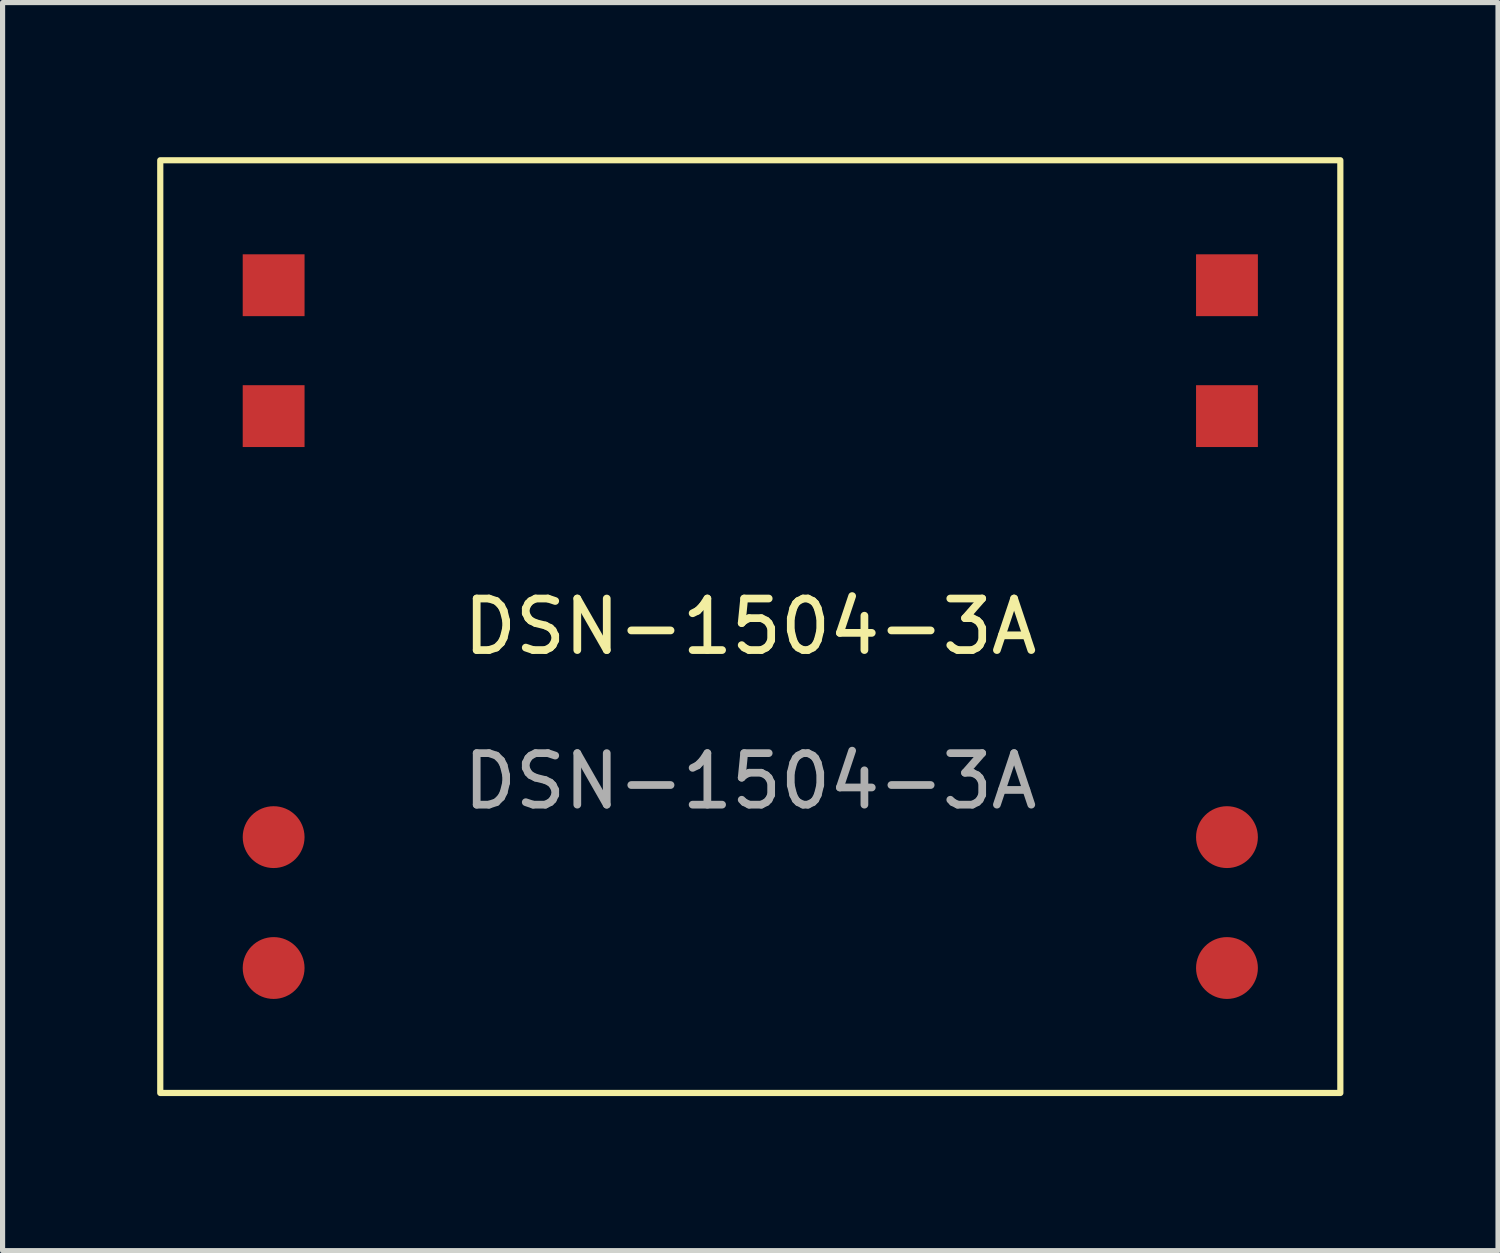
<source format=kicad_pcb>
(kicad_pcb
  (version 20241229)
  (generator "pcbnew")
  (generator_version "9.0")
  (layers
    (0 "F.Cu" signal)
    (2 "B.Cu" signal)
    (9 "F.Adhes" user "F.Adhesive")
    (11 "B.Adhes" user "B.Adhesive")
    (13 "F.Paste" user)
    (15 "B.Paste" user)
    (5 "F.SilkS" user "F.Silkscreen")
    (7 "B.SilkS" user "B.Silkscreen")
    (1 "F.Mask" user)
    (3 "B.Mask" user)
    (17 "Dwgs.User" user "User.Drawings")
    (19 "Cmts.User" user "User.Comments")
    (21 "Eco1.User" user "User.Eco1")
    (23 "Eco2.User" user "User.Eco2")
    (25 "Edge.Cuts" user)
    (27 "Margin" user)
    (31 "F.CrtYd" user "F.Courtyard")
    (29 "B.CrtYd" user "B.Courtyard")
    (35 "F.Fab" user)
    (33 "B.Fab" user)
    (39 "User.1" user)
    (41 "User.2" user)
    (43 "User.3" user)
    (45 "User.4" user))
  (footprint "DSN-1504-3A"
    (layer "F.Cu")
    (at 11.51 9.11)
    (property "Reference" "DSN-1504-3A" (at 0 0 0) (unlocked yes) (layer "F.SilkS") (effects (font (size 1 1) (thickness 0.15))))
    (attr smd)
    (fp_rect (start -11.45 -9.05) (end 11.45 9.05) (stroke (width 0.12) (type default)) (fill no) (layer "F.SilkS"))
    (fp_text user "${REFERENCE}" (at 0 3 0) (unlocked yes) (layer "F.Fab") (effects (font (size 1 1) (thickness 0.15))))
    (pad "1" smd rect (at -9.25 -6.625) (size 1.2 1.2) (layers "F.Cu" "F.Mask" "F.Paste"))
    (pad "2" smd rect (at -9.25 -4.085) (size 1.2 1.2) (layers "F.Cu" "F.Mask" "F.Paste"))
    (pad "3" smd circle (at -9.25 4.085) (size 1.2 1.2) (layers "F.Cu" "F.Mask" "F.Paste"))
    (pad "4" smd circle (at -9.25 6.625) (size 1.2 1.2) (layers "F.Cu" "F.Mask" "F.Paste"))
    (pad "5" smd circle (at 9.25 6.625) (size 1.2 1.2) (layers "F.Cu" "F.Mask" "F.Paste"))
    (pad "6" smd circle (at 9.25 4.085) (size 1.2 1.2) (layers "F.Cu" "F.Mask" "F.Paste"))
    (pad "7" smd rect (at 9.25 -4.085) (size 1.2 1.2) (layers "F.Cu" "F.Mask" "F.Paste"))
    (pad "8" smd rect (at 9.25 -6.625) (size 1.2 1.2) (layers "F.Cu" "F.Mask" "F.Paste")))
  (gr_rect
    (start -3 -3)
    (end 26.02 21.22)
    (stroke (width 0.1) (type default))
    (fill no)
    (layer "Edge.Cuts")))
</source>
